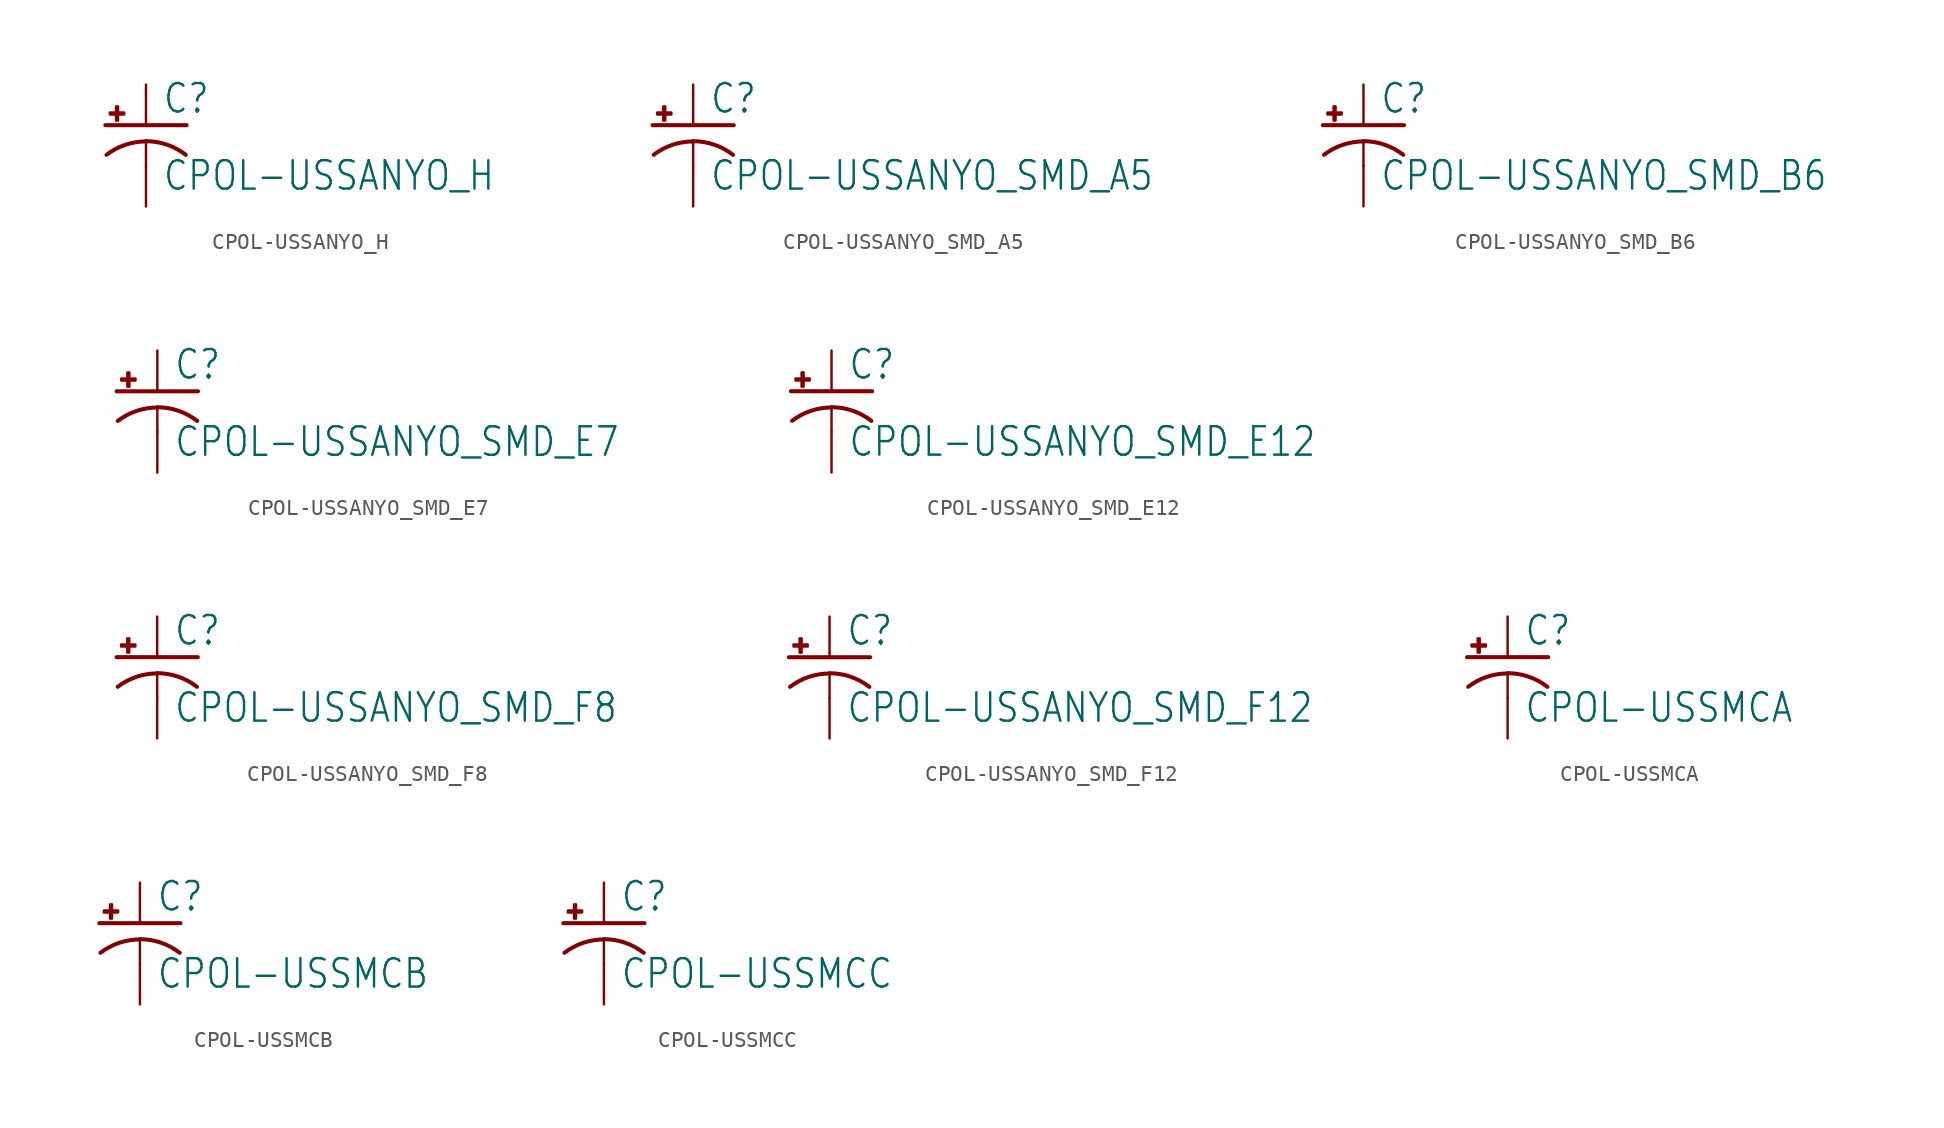
<source format=kicad_sym>
(kicad_symbol_lib
  (version 20220914)
  (generator kicad_symbol_editor)
  (symbol "CPOL-USSANYO_H"
    (property "Reference" "C"
      (at 1.016 0.635 0)
      (effects (font (size 1.778 1.511)) (justify left bottom)))
    (property "Value" "CPOL-USSANYO_H"
      (at 1.016 -4.191 0)
      (effects (font (size 1.778 1.511)) (justify left bottom)))
    (property "ki_locked" ""
      (at 0 0 0)
      (effects (font (size 1.27 1.27))))
    (symbol "CPOL-USSANYO_H_1_0"
      (rectangle (start -2.253 0.668) (end -1.364 0.795) (stroke (width 0) (type default)) (fill (type outline)))
      (rectangle (start -1.872 0.287) (end -1.745 1.176) (stroke (width 0) (type default)) (fill (type outline)))
      (arc (start 0 -1.0161) (mid -1.3021 -1.2302) (end -2.4669 -1.8504) (stroke (width 0.254) (type default)) (fill (type none)))
      (polyline (pts (xy -2.54 0) (xy 2.54 0)) (stroke (width 0.254) (type default)) (fill (type none)))
      (polyline (pts (xy 0 -1.016) (xy 0 -2.54)) (stroke (width 0.152) (type default)) (fill (type none)))
      (arc (start 2.4892 -1.8542) (mid 1.3158 -1.2195) (end 0 -1) (stroke (width 0.254) (type default)) (fill (type none)))
      (pin passive line (at 0 2.54 270) (length 2.54) (name "+" (effects (font (size 0 0)))) (number "+" (effects (font (size 0 0)))))
      (pin passive line (at 0 -5.08 90) (length 2.54) (name "-" (effects (font (size 0 0)))) (number "-" (effects (font (size 0 0)))))))
  (symbol "CPOL-USSANYO_SMD_A5"
    (property "Reference" "C"
      (at 1.016 0.635 0)
      (effects (font (size 1.778 1.511)) (justify left bottom)))
    (property "Value" "CPOL-USSANYO_SMD_A5"
      (at 1.016 -4.191 0)
      (effects (font (size 1.778 1.511)) (justify left bottom)))
    (property "ki_locked" ""
      (at 0 0 0)
      (effects (font (size 1.27 1.27))))
    (symbol "CPOL-USSANYO_SMD_A5_1_0"
      (rectangle (start -2.253 0.668) (end -1.364 0.795) (stroke (width 0) (type default)) (fill (type outline)))
      (rectangle (start -1.872 0.287) (end -1.745 1.176) (stroke (width 0) (type default)) (fill (type outline)))
      (arc (start 0 -1.0161) (mid -1.3021 -1.2302) (end -2.4669 -1.8504) (stroke (width 0.254) (type default)) (fill (type none)))
      (polyline (pts (xy -2.54 0) (xy 2.54 0)) (stroke (width 0.254) (type default)) (fill (type none)))
      (polyline (pts (xy 0 -1.016) (xy 0 -2.54)) (stroke (width 0.152) (type default)) (fill (type none)))
      (arc (start 2.4892 -1.8542) (mid 1.3158 -1.2195) (end 0 -1) (stroke (width 0.254) (type default)) (fill (type none)))
      (pin passive line (at 0 2.54 270) (length 2.54) (name "+" (effects (font (size 0 0)))) (number "+" (effects (font (size 0 0)))))
      (pin passive line (at 0 -5.08 90) (length 2.54) (name "-" (effects (font (size 0 0)))) (number "-" (effects (font (size 0 0)))))))
  (symbol "CPOL-USSANYO_SMD_B6"
    (property "Reference" "C"
      (at 1.016 0.635 0)
      (effects (font (size 1.778 1.511)) (justify left bottom)))
    (property "Value" "CPOL-USSANYO_SMD_B6"
      (at 1.016 -4.191 0)
      (effects (font (size 1.778 1.511)) (justify left bottom)))
    (property "ki_locked" ""
      (at 0 0 0)
      (effects (font (size 1.27 1.27))))
    (symbol "CPOL-USSANYO_SMD_B6_1_0"
      (rectangle (start -2.253 0.668) (end -1.364 0.795) (stroke (width 0) (type default)) (fill (type outline)))
      (rectangle (start -1.872 0.287) (end -1.745 1.176) (stroke (width 0) (type default)) (fill (type outline)))
      (arc (start 0 -1.0161) (mid -1.3021 -1.2302) (end -2.4669 -1.8504) (stroke (width 0.254) (type default)) (fill (type none)))
      (polyline (pts (xy -2.54 0) (xy 2.54 0)) (stroke (width 0.254) (type default)) (fill (type none)))
      (polyline (pts (xy 0 -1.016) (xy 0 -2.54)) (stroke (width 0.152) (type default)) (fill (type none)))
      (arc (start 2.4892 -1.8542) (mid 1.3158 -1.2195) (end 0 -1) (stroke (width 0.254) (type default)) (fill (type none)))
      (pin passive line (at 0 2.54 270) (length 2.54) (name "+" (effects (font (size 0 0)))) (number "+" (effects (font (size 0 0)))))
      (pin passive line (at 0 -5.08 90) (length 2.54) (name "-" (effects (font (size 0 0)))) (number "-" (effects (font (size 0 0)))))))
  (symbol "CPOL-USSANYO_SMD_E7"
    (property "Reference" "C"
      (at 1.016 0.635 0)
      (effects (font (size 1.778 1.511)) (justify left bottom)))
    (property "Value" "CPOL-USSANYO_SMD_E7"
      (at 1.016 -4.191 0)
      (effects (font (size 1.778 1.511)) (justify left bottom)))
    (property "ki_locked" ""
      (at 0 0 0)
      (effects (font (size 1.27 1.27))))
    (symbol "CPOL-USSANYO_SMD_E7_1_0"
      (rectangle (start -2.253 0.668) (end -1.364 0.795) (stroke (width 0) (type default)) (fill (type outline)))
      (rectangle (start -1.872 0.287) (end -1.745 1.176) (stroke (width 0) (type default)) (fill (type outline)))
      (arc (start 0 -1.0161) (mid -1.3021 -1.2302) (end -2.4669 -1.8504) (stroke (width 0.254) (type default)) (fill (type none)))
      (polyline (pts (xy -2.54 0) (xy 2.54 0)) (stroke (width 0.254) (type default)) (fill (type none)))
      (polyline (pts (xy 0 -1.016) (xy 0 -2.54)) (stroke (width 0.152) (type default)) (fill (type none)))
      (arc (start 2.4892 -1.8542) (mid 1.3158 -1.2195) (end 0 -1) (stroke (width 0.254) (type default)) (fill (type none)))
      (pin passive line (at 0 2.54 270) (length 2.54) (name "+" (effects (font (size 0 0)))) (number "+" (effects (font (size 0 0)))))
      (pin passive line (at 0 -5.08 90) (length 2.54) (name "-" (effects (font (size 0 0)))) (number "-" (effects (font (size 0 0)))))))
  (symbol "CPOL-USSANYO_SMD_E12"
    (property "Reference" "C"
      (at 1.016 0.635 0)
      (effects (font (size 1.778 1.511)) (justify left bottom)))
    (property "Value" "CPOL-USSANYO_SMD_E12"
      (at 1.016 -4.191 0)
      (effects (font (size 1.778 1.511)) (justify left bottom)))
    (property "ki_locked" ""
      (at 0 0 0)
      (effects (font (size 1.27 1.27))))
    (symbol "CPOL-USSANYO_SMD_E12_1_0"
      (rectangle (start -2.253 0.668) (end -1.364 0.795) (stroke (width 0) (type default)) (fill (type outline)))
      (rectangle (start -1.872 0.287) (end -1.745 1.176) (stroke (width 0) (type default)) (fill (type outline)))
      (arc (start 0 -1.0161) (mid -1.3021 -1.2302) (end -2.4669 -1.8504) (stroke (width 0.254) (type default)) (fill (type none)))
      (polyline (pts (xy -2.54 0) (xy 2.54 0)) (stroke (width 0.254) (type default)) (fill (type none)))
      (polyline (pts (xy 0 -1.016) (xy 0 -2.54)) (stroke (width 0.152) (type default)) (fill (type none)))
      (arc (start 2.4892 -1.8542) (mid 1.3158 -1.2195) (end 0 -1) (stroke (width 0.254) (type default)) (fill (type none)))
      (pin passive line (at 0 2.54 270) (length 2.54) (name "+" (effects (font (size 0 0)))) (number "+" (effects (font (size 0 0)))))
      (pin passive line (at 0 -5.08 90) (length 2.54) (name "-" (effects (font (size 0 0)))) (number "-" (effects (font (size 0 0)))))))
  (symbol "CPOL-USSANYO_SMD_F8"
    (property "Reference" "C"
      (at 1.016 0.635 0)
      (effects (font (size 1.778 1.511)) (justify left bottom)))
    (property "Value" "CPOL-USSANYO_SMD_F8"
      (at 1.016 -4.191 0)
      (effects (font (size 1.778 1.511)) (justify left bottom)))
    (property "ki_locked" ""
      (at 0 0 0)
      (effects (font (size 1.27 1.27))))
    (symbol "CPOL-USSANYO_SMD_F8_1_0"
      (rectangle (start -2.253 0.668) (end -1.364 0.795) (stroke (width 0) (type default)) (fill (type outline)))
      (rectangle (start -1.872 0.287) (end -1.745 1.176) (stroke (width 0) (type default)) (fill (type outline)))
      (arc (start 0 -1.0161) (mid -1.3021 -1.2302) (end -2.4669 -1.8504) (stroke (width 0.254) (type default)) (fill (type none)))
      (polyline (pts (xy -2.54 0) (xy 2.54 0)) (stroke (width 0.254) (type default)) (fill (type none)))
      (polyline (pts (xy 0 -1.016) (xy 0 -2.54)) (stroke (width 0.152) (type default)) (fill (type none)))
      (arc (start 2.4892 -1.8542) (mid 1.3158 -1.2195) (end 0 -1) (stroke (width 0.254) (type default)) (fill (type none)))
      (pin passive line (at 0 2.54 270) (length 2.54) (name "+" (effects (font (size 0 0)))) (number "+" (effects (font (size 0 0)))))
      (pin passive line (at 0 -5.08 90) (length 2.54) (name "-" (effects (font (size 0 0)))) (number "-" (effects (font (size 0 0)))))))
  (symbol "CPOL-USSANYO_SMD_F12"
    (property "Reference" "C"
      (at 1.016 0.635 0)
      (effects (font (size 1.778 1.511)) (justify left bottom)))
    (property "Value" "CPOL-USSANYO_SMD_F12"
      (at 1.016 -4.191 0)
      (effects (font (size 1.778 1.511)) (justify left bottom)))
    (property "ki_locked" ""
      (at 0 0 0)
      (effects (font (size 1.27 1.27))))
    (symbol "CPOL-USSANYO_SMD_F12_1_0"
      (rectangle (start -2.253 0.668) (end -1.364 0.795) (stroke (width 0) (type default)) (fill (type outline)))
      (rectangle (start -1.872 0.287) (end -1.745 1.176) (stroke (width 0) (type default)) (fill (type outline)))
      (arc (start 0 -1.0161) (mid -1.3021 -1.2302) (end -2.4669 -1.8504) (stroke (width 0.254) (type default)) (fill (type none)))
      (polyline (pts (xy -2.54 0) (xy 2.54 0)) (stroke (width 0.254) (type default)) (fill (type none)))
      (polyline (pts (xy 0 -1.016) (xy 0 -2.54)) (stroke (width 0.152) (type default)) (fill (type none)))
      (arc (start 2.4892 -1.8542) (mid 1.3158 -1.2195) (end 0 -1) (stroke (width 0.254) (type default)) (fill (type none)))
      (pin passive line (at 0 2.54 270) (length 2.54) (name "+" (effects (font (size 0 0)))) (number "+" (effects (font (size 0 0)))))
      (pin passive line (at 0 -5.08 90) (length 2.54) (name "-" (effects (font (size 0 0)))) (number "-" (effects (font (size 0 0)))))))
  (symbol "CPOL-USSMCA"
    (property "Reference" "C"
      (at 1.016 0.635 0)
      (effects (font (size 1.778 1.511)) (justify left bottom)))
    (property "Value" "CPOL-USSMCA"
      (at 1.016 -4.191 0)
      (effects (font (size 1.778 1.511)) (justify left bottom)))
    (property "ki_locked" ""
      (at 0 0 0)
      (effects (font (size 1.27 1.27))))
    (symbol "CPOL-USSMCA_1_0"
      (rectangle (start -2.253 0.668) (end -1.364 0.795) (stroke (width 0) (type default)) (fill (type outline)))
      (rectangle (start -1.872 0.287) (end -1.745 1.176) (stroke (width 0) (type default)) (fill (type outline)))
      (arc (start 0 -1.0161) (mid -1.3021 -1.2302) (end -2.4669 -1.8504) (stroke (width 0.254) (type default)) (fill (type none)))
      (polyline (pts (xy -2.54 0) (xy 2.54 0)) (stroke (width 0.254) (type default)) (fill (type none)))
      (polyline (pts (xy 0 -1.016) (xy 0 -2.54)) (stroke (width 0.152) (type default)) (fill (type none)))
      (arc (start 2.4892 -1.8542) (mid 1.3158 -1.2195) (end 0 -1) (stroke (width 0.254) (type default)) (fill (type none)))
      (pin passive line (at 0 2.54 270) (length 2.54) (name "+" (effects (font (size 0 0)))) (number "+" (effects (font (size 0 0)))))
      (pin passive line (at 0 -5.08 90) (length 2.54) (name "-" (effects (font (size 0 0)))) (number "-" (effects (font (size 0 0)))))))
  (symbol "CPOL-USSMCB"
    (property "Reference" "C"
      (at 1.016 0.635 0)
      (effects (font (size 1.778 1.511)) (justify left bottom)))
    (property "Value" "CPOL-USSMCB"
      (at 1.016 -4.191 0)
      (effects (font (size 1.778 1.511)) (justify left bottom)))
    (property "ki_locked" ""
      (at 0 0 0)
      (effects (font (size 1.27 1.27))))
    (symbol "CPOL-USSMCB_1_0"
      (rectangle (start -2.253 0.668) (end -1.364 0.795) (stroke (width 0) (type default)) (fill (type outline)))
      (rectangle (start -1.872 0.287) (end -1.745 1.176) (stroke (width 0) (type default)) (fill (type outline)))
      (arc (start 0 -1.0161) (mid -1.3021 -1.2302) (end -2.4669 -1.8504) (stroke (width 0.254) (type default)) (fill (type none)))
      (polyline (pts (xy -2.54 0) (xy 2.54 0)) (stroke (width 0.254) (type default)) (fill (type none)))
      (polyline (pts (xy 0 -1.016) (xy 0 -2.54)) (stroke (width 0.152) (type default)) (fill (type none)))
      (arc (start 2.4892 -1.8542) (mid 1.3158 -1.2195) (end 0 -1) (stroke (width 0.254) (type default)) (fill (type none)))
      (pin passive line (at 0 2.54 270) (length 2.54) (name "+" (effects (font (size 0 0)))) (number "+" (effects (font (size 0 0)))))
      (pin passive line (at 0 -5.08 90) (length 2.54) (name "-" (effects (font (size 0 0)))) (number "-" (effects (font (size 0 0)))))))
  (symbol "CPOL-USSMCC"
    (property "Reference" "C"
      (at 1.016 0.635 0)
      (effects (font (size 1.778 1.511)) (justify left bottom)))
    (property "Value" "CPOL-USSMCC"
      (at 1.016 -4.191 0)
      (effects (font (size 1.778 1.511)) (justify left bottom)))
    (property "ki_locked" ""
      (at 0 0 0)
      (effects (font (size 1.27 1.27))))
    (symbol "CPOL-USSMCC_1_0"
      (rectangle (start -2.253 0.668) (end -1.364 0.795) (stroke (width 0) (type default)) (fill (type outline)))
      (rectangle (start -1.872 0.287) (end -1.745 1.176) (stroke (width 0) (type default)) (fill (type outline)))
      (arc (start 0 -1.0161) (mid -1.3021 -1.2302) (end -2.4669 -1.8504) (stroke (width 0.254) (type default)) (fill (type none)))
      (polyline (pts (xy -2.54 0) (xy 2.54 0)) (stroke (width 0.254) (type default)) (fill (type none)))
      (polyline (pts (xy 0 -1.016) (xy 0 -2.54)) (stroke (width 0.152) (type default)) (fill (type none)))
      (arc (start 2.4892 -1.8542) (mid 1.3158 -1.2195) (end 0 -1) (stroke (width 0.254) (type default)) (fill (type none)))
      (pin passive line (at 0 2.54 270) (length 2.54) (name "+" (effects (font (size 0 0)))) (number "+" (effects (font (size 0 0)))))
      (pin passive line (at 0 -5.08 90) (length 2.54) (name "-" (effects (font (size 0 0)))) (number "-" (effects (font (size 0 0))))))))
</source>
